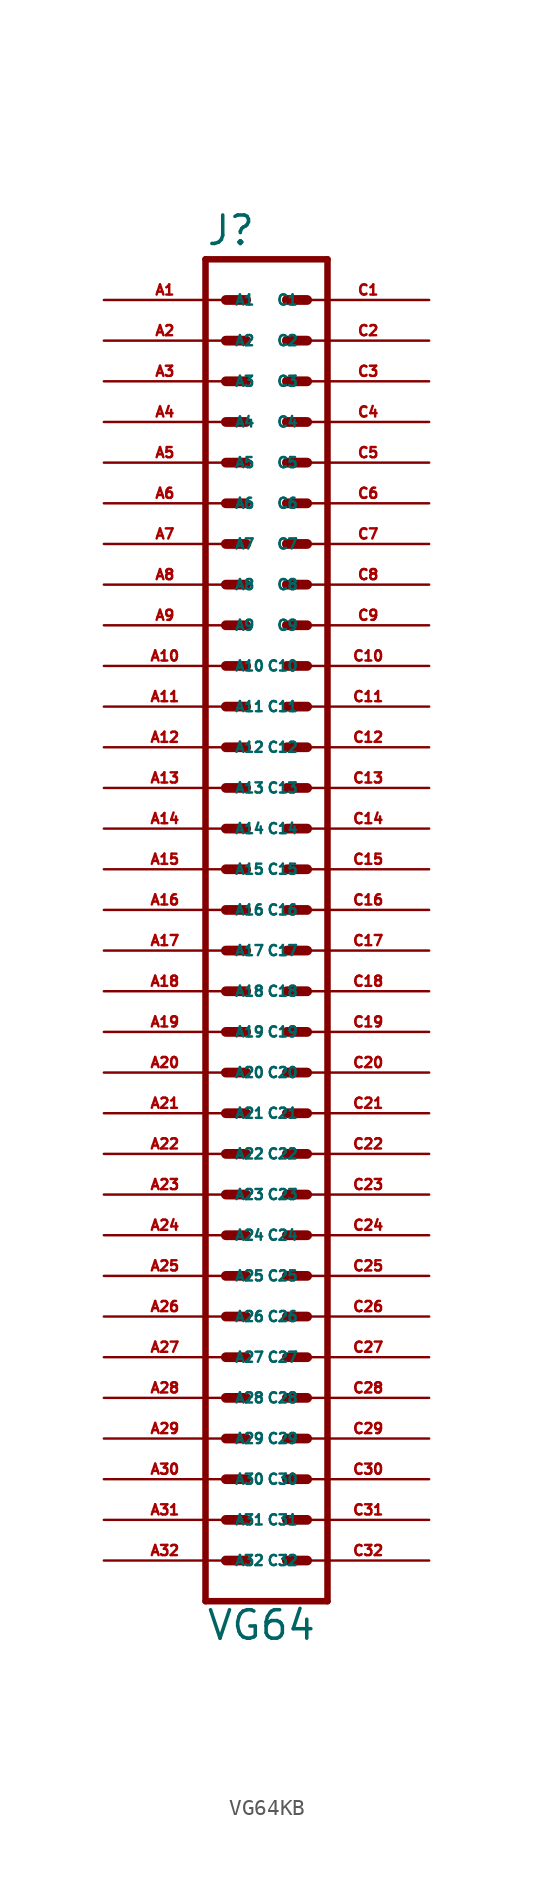
<source format=kicad_sym>
(kicad_symbol_lib
  (version 20220914)
  (generator Eagle2Kicad)
  (symbol "VG64KB"
    (property "Reference" "J"
      (at -3.81 41.402 0)
      (effects (font (size 1.778 1.778) (thickness 0.22)) (justify left bottom)))
    (property "Value" "VG64"
      (at -3.81 -45.72 0)
      (effects (font (size 1.778 1.778) (thickness 0.22)) (justify left bottom)))
    (polyline
      (pts (xy 3.81 -43.18) (xy -3.81 -43.18))
      (stroke (width 0.406) (type default))
      (fill (type none)))
    (polyline
      (pts (xy -3.81 40.64) (xy -3.81 -43.18))
      (stroke (width 0.406) (type default))
      (fill (type none)))
    (polyline
      (pts (xy -3.81 40.64) (xy 3.81 40.64))
      (stroke (width 0.406) (type default))
      (fill (type none)))
    (polyline
      (pts (xy 3.81 -43.18) (xy 3.81 40.64))
      (stroke (width 0.406) (type default))
      (fill (type none)))
    (polyline
      (pts (xy 1.27 -40.64) (xy 2.54 -40.64))
      (stroke (width 0.61) (type default))
      (fill (type none)))
    (polyline
      (pts (xy 1.27 -38.1) (xy 2.54 -38.1))
      (stroke (width 0.61) (type default))
      (fill (type none)))
    (polyline
      (pts (xy 1.27 -35.56) (xy 2.54 -35.56))
      (stroke (width 0.61) (type default))
      (fill (type none)))
    (polyline
      (pts (xy 1.27 -33.02) (xy 2.54 -33.02))
      (stroke (width 0.61) (type default))
      (fill (type none)))
    (polyline
      (pts (xy 1.27 -30.48) (xy 2.54 -30.48))
      (stroke (width 0.61) (type default))
      (fill (type none)))
    (polyline
      (pts (xy 1.27 -27.94) (xy 2.54 -27.94))
      (stroke (width 0.61) (type default))
      (fill (type none)))
    (polyline
      (pts (xy 1.27 -25.4) (xy 2.54 -25.4))
      (stroke (width 0.61) (type default))
      (fill (type none)))
    (polyline
      (pts (xy 1.27 -22.86) (xy 2.54 -22.86))
      (stroke (width 0.61) (type default))
      (fill (type none)))
    (polyline
      (pts (xy 1.27 -20.32) (xy 2.54 -20.32))
      (stroke (width 0.61) (type default))
      (fill (type none)))
    (polyline
      (pts (xy 1.27 -17.78) (xy 2.54 -17.78))
      (stroke (width 0.61) (type default))
      (fill (type none)))
    (polyline
      (pts (xy 1.27 -15.24) (xy 2.54 -15.24))
      (stroke (width 0.61) (type default))
      (fill (type none)))
    (polyline
      (pts (xy 1.27 -12.7) (xy 2.54 -12.7))
      (stroke (width 0.61) (type default))
      (fill (type none)))
    (polyline
      (pts (xy 1.27 -10.16) (xy 2.54 -10.16))
      (stroke (width 0.61) (type default))
      (fill (type none)))
    (polyline
      (pts (xy 1.27 -7.62) (xy 2.54 -7.62))
      (stroke (width 0.61) (type default))
      (fill (type none)))
    (polyline
      (pts (xy 1.27 -5.08) (xy 2.54 -5.08))
      (stroke (width 0.61) (type default))
      (fill (type none)))
    (polyline
      (pts (xy 1.27 -2.54) (xy 2.54 -2.54))
      (stroke (width 0.61) (type default))
      (fill (type none)))
    (polyline
      (pts (xy 1.27 0) (xy 2.54 0))
      (stroke (width 0.61) (type default))
      (fill (type none)))
    (polyline
      (pts (xy 1.27 2.54) (xy 2.54 2.54))
      (stroke (width 0.61) (type default))
      (fill (type none)))
    (polyline
      (pts (xy 1.27 5.08) (xy 2.54 5.08))
      (stroke (width 0.61) (type default))
      (fill (type none)))
    (polyline
      (pts (xy 1.27 7.62) (xy 2.54 7.62))
      (stroke (width 0.61) (type default))
      (fill (type none)))
    (polyline
      (pts (xy 1.27 10.16) (xy 2.54 10.16))
      (stroke (width 0.61) (type default))
      (fill (type none)))
    (polyline
      (pts (xy 1.27 12.7) (xy 2.54 12.7))
      (stroke (width 0.61) (type default))
      (fill (type none)))
    (polyline
      (pts (xy 1.27 15.24) (xy 2.54 15.24))
      (stroke (width 0.61) (type default))
      (fill (type none)))
    (polyline
      (pts (xy 1.27 17.78) (xy 2.54 17.78))
      (stroke (width 0.61) (type default))
      (fill (type none)))
    (polyline
      (pts (xy 1.27 20.32) (xy 2.54 20.32))
      (stroke (width 0.61) (type default))
      (fill (type none)))
    (polyline
      (pts (xy 1.27 22.86) (xy 2.54 22.86))
      (stroke (width 0.61) (type default))
      (fill (type none)))
    (polyline
      (pts (xy 1.27 25.4) (xy 2.54 25.4))
      (stroke (width 0.61) (type default))
      (fill (type none)))
    (polyline
      (pts (xy 1.27 27.94) (xy 2.54 27.94))
      (stroke (width 0.61) (type default))
      (fill (type none)))
    (polyline
      (pts (xy 1.27 30.48) (xy 2.54 30.48))
      (stroke (width 0.61) (type default))
      (fill (type none)))
    (polyline
      (pts (xy 1.27 33.02) (xy 2.54 33.02))
      (stroke (width 0.61) (type default))
      (fill (type none)))
    (polyline
      (pts (xy 1.27 35.56) (xy 2.54 35.56))
      (stroke (width 0.61) (type default))
      (fill (type none)))
    (polyline
      (pts (xy 1.27 38.1) (xy 2.54 38.1))
      (stroke (width 0.61) (type default))
      (fill (type none)))
    (polyline
      (pts (xy -2.54 -40.64) (xy -1.27 -40.64))
      (stroke (width 0.61) (type default))
      (fill (type none)))
    (polyline
      (pts (xy -2.54 -38.1) (xy -1.27 -38.1))
      (stroke (width 0.61) (type default))
      (fill (type none)))
    (polyline
      (pts (xy -2.54 -35.56) (xy -1.27 -35.56))
      (stroke (width 0.61) (type default))
      (fill (type none)))
    (polyline
      (pts (xy -2.54 -33.02) (xy -1.27 -33.02))
      (stroke (width 0.61) (type default))
      (fill (type none)))
    (polyline
      (pts (xy -2.54 -30.48) (xy -1.27 -30.48))
      (stroke (width 0.61) (type default))
      (fill (type none)))
    (polyline
      (pts (xy -2.54 -27.94) (xy -1.27 -27.94))
      (stroke (width 0.61) (type default))
      (fill (type none)))
    (polyline
      (pts (xy -2.54 -25.4) (xy -1.27 -25.4))
      (stroke (width 0.61) (type default))
      (fill (type none)))
    (polyline
      (pts (xy -2.54 -22.86) (xy -1.27 -22.86))
      (stroke (width 0.61) (type default))
      (fill (type none)))
    (polyline
      (pts (xy -2.54 -20.32) (xy -1.27 -20.32))
      (stroke (width 0.61) (type default))
      (fill (type none)))
    (polyline
      (pts (xy -2.54 -17.78) (xy -1.27 -17.78))
      (stroke (width 0.61) (type default))
      (fill (type none)))
    (polyline
      (pts (xy -2.54 -15.24) (xy -1.27 -15.24))
      (stroke (width 0.61) (type default))
      (fill (type none)))
    (polyline
      (pts (xy -2.54 -12.7) (xy -1.27 -12.7))
      (stroke (width 0.61) (type default))
      (fill (type none)))
    (polyline
      (pts (xy -2.54 -10.16) (xy -1.27 -10.16))
      (stroke (width 0.61) (type default))
      (fill (type none)))
    (polyline
      (pts (xy -2.54 -7.62) (xy -1.27 -7.62))
      (stroke (width 0.61) (type default))
      (fill (type none)))
    (polyline
      (pts (xy -2.54 -5.08) (xy -1.27 -5.08))
      (stroke (width 0.61) (type default))
      (fill (type none)))
    (polyline
      (pts (xy -2.54 -2.54) (xy -1.27 -2.54))
      (stroke (width 0.61) (type default))
      (fill (type none)))
    (polyline
      (pts (xy -2.54 0) (xy -1.27 0))
      (stroke (width 0.61) (type default))
      (fill (type none)))
    (polyline
      (pts (xy -2.54 2.54) (xy -1.27 2.54))
      (stroke (width 0.61) (type default))
      (fill (type none)))
    (polyline
      (pts (xy -2.54 5.08) (xy -1.27 5.08))
      (stroke (width 0.61) (type default))
      (fill (type none)))
    (polyline
      (pts (xy -2.54 7.62) (xy -1.27 7.62))
      (stroke (width 0.61) (type default))
      (fill (type none)))
    (polyline
      (pts (xy -2.54 10.16) (xy -1.27 10.16))
      (stroke (width 0.61) (type default))
      (fill (type none)))
    (polyline
      (pts (xy -2.54 12.7) (xy -1.27 12.7))
      (stroke (width 0.61) (type default))
      (fill (type none)))
    (polyline
      (pts (xy -2.54 15.24) (xy -1.27 15.24))
      (stroke (width 0.61) (type default))
      (fill (type none)))
    (polyline
      (pts (xy -2.54 17.78) (xy -1.27 17.78))
      (stroke (width 0.61) (type default))
      (fill (type none)))
    (polyline
      (pts (xy -2.54 20.32) (xy -1.27 20.32))
      (stroke (width 0.61) (type default))
      (fill (type none)))
    (polyline
      (pts (xy -2.54 22.86) (xy -1.27 22.86))
      (stroke (width 0.61) (type default))
      (fill (type none)))
    (polyline
      (pts (xy -2.54 25.4) (xy -1.27 25.4))
      (stroke (width 0.61) (type default))
      (fill (type none)))
    (polyline
      (pts (xy -2.54 27.94) (xy -1.27 27.94))
      (stroke (width 0.61) (type default))
      (fill (type none)))
    (polyline
      (pts (xy -2.54 30.48) (xy -1.27 30.48))
      (stroke (width 0.61) (type default))
      (fill (type none)))
    (polyline
      (pts (xy -2.54 33.02) (xy -1.27 33.02))
      (stroke (width 0.61) (type default))
      (fill (type none)))
    (polyline
      (pts (xy -2.54 35.56) (xy -1.27 35.56))
      (stroke (width 0.61) (type default))
      (fill (type none)))
    (polyline
      (pts (xy -2.54 38.1) (xy -1.27 38.1))
      (stroke (width 0.61) (type default))
      (fill (type none)))
    (pin passive line
      (at 10.16 38.1 180)
      (length 7.62)
      (name "C1" (effects (font (size 0.635 0.635) (thickness 0.08)) (justify left bottom)))
      (number "C1" (effects (font (size 0.635 0.635) (thickness 0.08)) (justify left bottom))))
    (pin passive line
      (at 10.16 35.56 180)
      (length 7.62)
      (name "C2" (effects (font (size 0.635 0.635) (thickness 0.08)) (justify left bottom)))
      (number "C2" (effects (font (size 0.635 0.635) (thickness 0.08)) (justify left bottom))))
    (pin passive line
      (at 10.16 33.02 180)
      (length 7.62)
      (name "C3" (effects (font (size 0.635 0.635) (thickness 0.08)) (justify left bottom)))
      (number "C3" (effects (font (size 0.635 0.635) (thickness 0.08)) (justify left bottom))))
    (pin passive line
      (at 10.16 30.48 180)
      (length 7.62)
      (name "C4" (effects (font (size 0.635 0.635) (thickness 0.08)) (justify left bottom)))
      (number "C4" (effects (font (size 0.635 0.635) (thickness 0.08)) (justify left bottom))))
    (pin passive line
      (at 10.16 27.94 180)
      (length 7.62)
      (name "C5" (effects (font (size 0.635 0.635) (thickness 0.08)) (justify left bottom)))
      (number "C5" (effects (font (size 0.635 0.635) (thickness 0.08)) (justify left bottom))))
    (pin passive line
      (at 10.16 25.4 180)
      (length 7.62)
      (name "C6" (effects (font (size 0.635 0.635) (thickness 0.08)) (justify left bottom)))
      (number "C6" (effects (font (size 0.635 0.635) (thickness 0.08)) (justify left bottom))))
    (pin passive line
      (at 10.16 22.86 180)
      (length 7.62)
      (name "C7" (effects (font (size 0.635 0.635) (thickness 0.08)) (justify left bottom)))
      (number "C7" (effects (font (size 0.635 0.635) (thickness 0.08)) (justify left bottom))))
    (pin passive line
      (at 10.16 20.32 180)
      (length 7.62)
      (name "C8" (effects (font (size 0.635 0.635) (thickness 0.08)) (justify left bottom)))
      (number "C8" (effects (font (size 0.635 0.635) (thickness 0.08)) (justify left bottom))))
    (pin passive line
      (at 10.16 17.78 180)
      (length 7.62)
      (name "C9" (effects (font (size 0.635 0.635) (thickness 0.08)) (justify left bottom)))
      (number "C9" (effects (font (size 0.635 0.635) (thickness 0.08)) (justify left bottom))))
    (pin passive line
      (at 10.16 15.24 180)
      (length 7.62)
      (name "C10" (effects (font (size 0.635 0.635) (thickness 0.08)) (justify left bottom)))
      (number "C10" (effects (font (size 0.635 0.635) (thickness 0.08)) (justify left bottom))))
    (pin passive line
      (at 10.16 12.7 180)
      (length 7.62)
      (name "C11" (effects (font (size 0.635 0.635) (thickness 0.08)) (justify left bottom)))
      (number "C11" (effects (font (size 0.635 0.635) (thickness 0.08)) (justify left bottom))))
    (pin passive line
      (at 10.16 10.16 180)
      (length 7.62)
      (name "C12" (effects (font (size 0.635 0.635) (thickness 0.08)) (justify left bottom)))
      (number "C12" (effects (font (size 0.635 0.635) (thickness 0.08)) (justify left bottom))))
    (pin passive line
      (at 10.16 7.62 180)
      (length 7.62)
      (name "C13" (effects (font (size 0.635 0.635) (thickness 0.08)) (justify left bottom)))
      (number "C13" (effects (font (size 0.635 0.635) (thickness 0.08)) (justify left bottom))))
    (pin passive line
      (at 10.16 5.08 180)
      (length 7.62)
      (name "C14" (effects (font (size 0.635 0.635) (thickness 0.08)) (justify left bottom)))
      (number "C14" (effects (font (size 0.635 0.635) (thickness 0.08)) (justify left bottom))))
    (pin passive line
      (at 10.16 2.54 180)
      (length 7.62)
      (name "C15" (effects (font (size 0.635 0.635) (thickness 0.08)) (justify left bottom)))
      (number "C15" (effects (font (size 0.635 0.635) (thickness 0.08)) (justify left bottom))))
    (pin passive line
      (at 10.16 0 180)
      (length 7.62)
      (name "C16" (effects (font (size 0.635 0.635) (thickness 0.08)) (justify left bottom)))
      (number "C16" (effects (font (size 0.635 0.635) (thickness 0.08)) (justify left bottom))))
    (pin passive line
      (at 10.16 -2.54 180)
      (length 7.62)
      (name "C17" (effects (font (size 0.635 0.635) (thickness 0.08)) (justify left bottom)))
      (number "C17" (effects (font (size 0.635 0.635) (thickness 0.08)) (justify left bottom))))
    (pin passive line
      (at 10.16 -5.08 180)
      (length 7.62)
      (name "C18" (effects (font (size 0.635 0.635) (thickness 0.08)) (justify left bottom)))
      (number "C18" (effects (font (size 0.635 0.635) (thickness 0.08)) (justify left bottom))))
    (pin passive line
      (at 10.16 -7.62 180)
      (length 7.62)
      (name "C19" (effects (font (size 0.635 0.635) (thickness 0.08)) (justify left bottom)))
      (number "C19" (effects (font (size 0.635 0.635) (thickness 0.08)) (justify left bottom))))
    (pin passive line
      (at 10.16 -10.16 180)
      (length 7.62)
      (name "C20" (effects (font (size 0.635 0.635) (thickness 0.08)) (justify left bottom)))
      (number "C20" (effects (font (size 0.635 0.635) (thickness 0.08)) (justify left bottom))))
    (pin passive line
      (at 10.16 -12.7 180)
      (length 7.62)
      (name "C21" (effects (font (size 0.635 0.635) (thickness 0.08)) (justify left bottom)))
      (number "C21" (effects (font (size 0.635 0.635) (thickness 0.08)) (justify left bottom))))
    (pin passive line
      (at 10.16 -15.24 180)
      (length 7.62)
      (name "C22" (effects (font (size 0.635 0.635) (thickness 0.08)) (justify left bottom)))
      (number "C22" (effects (font (size 0.635 0.635) (thickness 0.08)) (justify left bottom))))
    (pin passive line
      (at 10.16 -17.78 180)
      (length 7.62)
      (name "C23" (effects (font (size 0.635 0.635) (thickness 0.08)) (justify left bottom)))
      (number "C23" (effects (font (size 0.635 0.635) (thickness 0.08)) (justify left bottom))))
    (pin passive line
      (at 10.16 -20.32 180)
      (length 7.62)
      (name "C24" (effects (font (size 0.635 0.635) (thickness 0.08)) (justify left bottom)))
      (number "C24" (effects (font (size 0.635 0.635) (thickness 0.08)) (justify left bottom))))
    (pin passive line
      (at 10.16 -22.86 180)
      (length 7.62)
      (name "C25" (effects (font (size 0.635 0.635) (thickness 0.08)) (justify left bottom)))
      (number "C25" (effects (font (size 0.635 0.635) (thickness 0.08)) (justify left bottom))))
    (pin passive line
      (at 10.16 -25.4 180)
      (length 7.62)
      (name "C26" (effects (font (size 0.635 0.635) (thickness 0.08)) (justify left bottom)))
      (number "C26" (effects (font (size 0.635 0.635) (thickness 0.08)) (justify left bottom))))
    (pin passive line
      (at 10.16 -27.94 180)
      (length 7.62)
      (name "C27" (effects (font (size 0.635 0.635) (thickness 0.08)) (justify left bottom)))
      (number "C27" (effects (font (size 0.635 0.635) (thickness 0.08)) (justify left bottom))))
    (pin passive line
      (at 10.16 -30.48 180)
      (length 7.62)
      (name "C28" (effects (font (size 0.635 0.635) (thickness 0.08)) (justify left bottom)))
      (number "C28" (effects (font (size 0.635 0.635) (thickness 0.08)) (justify left bottom))))
    (pin passive line
      (at 10.16 -33.02 180)
      (length 7.62)
      (name "C29" (effects (font (size 0.635 0.635) (thickness 0.08)) (justify left bottom)))
      (number "C29" (effects (font (size 0.635 0.635) (thickness 0.08)) (justify left bottom))))
    (pin passive line
      (at 10.16 -35.56 180)
      (length 7.62)
      (name "C30" (effects (font (size 0.635 0.635) (thickness 0.08)) (justify left bottom)))
      (number "C30" (effects (font (size 0.635 0.635) (thickness 0.08)) (justify left bottom))))
    (pin passive line
      (at 10.16 -38.1 180)
      (length 7.62)
      (name "C31" (effects (font (size 0.635 0.635) (thickness 0.08)) (justify left bottom)))
      (number "C31" (effects (font (size 0.635 0.635) (thickness 0.08)) (justify left bottom))))
    (pin passive line
      (at 10.16 -40.64 180)
      (length 7.62)
      (name "C32" (effects (font (size 0.635 0.635) (thickness 0.08)) (justify left bottom)))
      (number "C32" (effects (font (size 0.635 0.635) (thickness 0.08)) (justify left bottom))))
    (pin passive line
      (at -10.16 38.1 0)
      (length 7.62)
      (name "A1" (effects (font (size 0.635 0.635) (thickness 0.08)) (justify left bottom)))
      (number "A1" (effects (font (size 0.635 0.635) (thickness 0.08)) (justify left bottom))))
    (pin passive line
      (at -10.16 35.56 0)
      (length 7.62)
      (name "A2" (effects (font (size 0.635 0.635) (thickness 0.08)) (justify left bottom)))
      (number "A2" (effects (font (size 0.635 0.635) (thickness 0.08)) (justify left bottom))))
    (pin passive line
      (at -10.16 33.02 0)
      (length 7.62)
      (name "A3" (effects (font (size 0.635 0.635) (thickness 0.08)) (justify left bottom)))
      (number "A3" (effects (font (size 0.635 0.635) (thickness 0.08)) (justify left bottom))))
    (pin passive line
      (at -10.16 30.48 0)
      (length 7.62)
      (name "A4" (effects (font (size 0.635 0.635) (thickness 0.08)) (justify left bottom)))
      (number "A4" (effects (font (size 0.635 0.635) (thickness 0.08)) (justify left bottom))))
    (pin passive line
      (at -10.16 27.94 0)
      (length 7.62)
      (name "A5" (effects (font (size 0.635 0.635) (thickness 0.08)) (justify left bottom)))
      (number "A5" (effects (font (size 0.635 0.635) (thickness 0.08)) (justify left bottom))))
    (pin passive line
      (at -10.16 25.4 0)
      (length 7.62)
      (name "A6" (effects (font (size 0.635 0.635) (thickness 0.08)) (justify left bottom)))
      (number "A6" (effects (font (size 0.635 0.635) (thickness 0.08)) (justify left bottom))))
    (pin passive line
      (at -10.16 22.86 0)
      (length 7.62)
      (name "A7" (effects (font (size 0.635 0.635) (thickness 0.08)) (justify left bottom)))
      (number "A7" (effects (font (size 0.635 0.635) (thickness 0.08)) (justify left bottom))))
    (pin passive line
      (at -10.16 20.32 0)
      (length 7.62)
      (name "A8" (effects (font (size 0.635 0.635) (thickness 0.08)) (justify left bottom)))
      (number "A8" (effects (font (size 0.635 0.635) (thickness 0.08)) (justify left bottom))))
    (pin passive line
      (at -10.16 17.78 0)
      (length 7.62)
      (name "A9" (effects (font (size 0.635 0.635) (thickness 0.08)) (justify left bottom)))
      (number "A9" (effects (font (size 0.635 0.635) (thickness 0.08)) (justify left bottom))))
    (pin passive line
      (at -10.16 15.24 0)
      (length 7.62)
      (name "A10" (effects (font (size 0.635 0.635) (thickness 0.08)) (justify left bottom)))
      (number "A10" (effects (font (size 0.635 0.635) (thickness 0.08)) (justify left bottom))))
    (pin passive line
      (at -10.16 12.7 0)
      (length 7.62)
      (name "A11" (effects (font (size 0.635 0.635) (thickness 0.08)) (justify left bottom)))
      (number "A11" (effects (font (size 0.635 0.635) (thickness 0.08)) (justify left bottom))))
    (pin passive line
      (at -10.16 10.16 0)
      (length 7.62)
      (name "A12" (effects (font (size 0.635 0.635) (thickness 0.08)) (justify left bottom)))
      (number "A12" (effects (font (size 0.635 0.635) (thickness 0.08)) (justify left bottom))))
    (pin passive line
      (at -10.16 7.62 0)
      (length 7.62)
      (name "A13" (effects (font (size 0.635 0.635) (thickness 0.08)) (justify left bottom)))
      (number "A13" (effects (font (size 0.635 0.635) (thickness 0.08)) (justify left bottom))))
    (pin passive line
      (at -10.16 5.08 0)
      (length 7.62)
      (name "A14" (effects (font (size 0.635 0.635) (thickness 0.08)) (justify left bottom)))
      (number "A14" (effects (font (size 0.635 0.635) (thickness 0.08)) (justify left bottom))))
    (pin passive line
      (at -10.16 2.54 0)
      (length 7.62)
      (name "A15" (effects (font (size 0.635 0.635) (thickness 0.08)) (justify left bottom)))
      (number "A15" (effects (font (size 0.635 0.635) (thickness 0.08)) (justify left bottom))))
    (pin passive line
      (at -10.16 0 0)
      (length 7.62)
      (name "A16" (effects (font (size 0.635 0.635) (thickness 0.08)) (justify left bottom)))
      (number "A16" (effects (font (size 0.635 0.635) (thickness 0.08)) (justify left bottom))))
    (pin passive line
      (at -10.16 -2.54 0)
      (length 7.62)
      (name "A17" (effects (font (size 0.635 0.635) (thickness 0.08)) (justify left bottom)))
      (number "A17" (effects (font (size 0.635 0.635) (thickness 0.08)) (justify left bottom))))
    (pin passive line
      (at -10.16 -5.08 0)
      (length 7.62)
      (name "A18" (effects (font (size 0.635 0.635) (thickness 0.08)) (justify left bottom)))
      (number "A18" (effects (font (size 0.635 0.635) (thickness 0.08)) (justify left bottom))))
    (pin passive line
      (at -10.16 -7.62 0)
      (length 7.62)
      (name "A19" (effects (font (size 0.635 0.635) (thickness 0.08)) (justify left bottom)))
      (number "A19" (effects (font (size 0.635 0.635) (thickness 0.08)) (justify left bottom))))
    (pin passive line
      (at -10.16 -10.16 0)
      (length 7.62)
      (name "A20" (effects (font (size 0.635 0.635) (thickness 0.08)) (justify left bottom)))
      (number "A20" (effects (font (size 0.635 0.635) (thickness 0.08)) (justify left bottom))))
    (pin passive line
      (at -10.16 -12.7 0)
      (length 7.62)
      (name "A21" (effects (font (size 0.635 0.635) (thickness 0.08)) (justify left bottom)))
      (number "A21" (effects (font (size 0.635 0.635) (thickness 0.08)) (justify left bottom))))
    (pin passive line
      (at -10.16 -15.24 0)
      (length 7.62)
      (name "A22" (effects (font (size 0.635 0.635) (thickness 0.08)) (justify left bottom)))
      (number "A22" (effects (font (size 0.635 0.635) (thickness 0.08)) (justify left bottom))))
    (pin passive line
      (at -10.16 -17.78 0)
      (length 7.62)
      (name "A23" (effects (font (size 0.635 0.635) (thickness 0.08)) (justify left bottom)))
      (number "A23" (effects (font (size 0.635 0.635) (thickness 0.08)) (justify left bottom))))
    (pin passive line
      (at -10.16 -20.32 0)
      (length 7.62)
      (name "A24" (effects (font (size 0.635 0.635) (thickness 0.08)) (justify left bottom)))
      (number "A24" (effects (font (size 0.635 0.635) (thickness 0.08)) (justify left bottom))))
    (pin passive line
      (at -10.16 -22.86 0)
      (length 7.62)
      (name "A25" (effects (font (size 0.635 0.635) (thickness 0.08)) (justify left bottom)))
      (number "A25" (effects (font (size 0.635 0.635) (thickness 0.08)) (justify left bottom))))
    (pin passive line
      (at -10.16 -25.4 0)
      (length 7.62)
      (name "A26" (effects (font (size 0.635 0.635) (thickness 0.08)) (justify left bottom)))
      (number "A26" (effects (font (size 0.635 0.635) (thickness 0.08)) (justify left bottom))))
    (pin passive line
      (at -10.16 -27.94 0)
      (length 7.62)
      (name "A27" (effects (font (size 0.635 0.635) (thickness 0.08)) (justify left bottom)))
      (number "A27" (effects (font (size 0.635 0.635) (thickness 0.08)) (justify left bottom))))
    (pin passive line
      (at -10.16 -30.48 0)
      (length 7.62)
      (name "A28" (effects (font (size 0.635 0.635) (thickness 0.08)) (justify left bottom)))
      (number "A28" (effects (font (size 0.635 0.635) (thickness 0.08)) (justify left bottom))))
    (pin passive line
      (at -10.16 -33.02 0)
      (length 7.62)
      (name "A29" (effects (font (size 0.635 0.635) (thickness 0.08)) (justify left bottom)))
      (number "A29" (effects (font (size 0.635 0.635) (thickness 0.08)) (justify left bottom))))
    (pin passive line
      (at -10.16 -35.56 0)
      (length 7.62)
      (name "A30" (effects (font (size 0.635 0.635) (thickness 0.08)) (justify left bottom)))
      (number "A30" (effects (font (size 0.635 0.635) (thickness 0.08)) (justify left bottom))))
    (pin passive line
      (at -10.16 -38.1 0)
      (length 7.62)
      (name "A31" (effects (font (size 0.635 0.635) (thickness 0.08)) (justify left bottom)))
      (number "A31" (effects (font (size 0.635 0.635) (thickness 0.08)) (justify left bottom))))
    (pin passive line
      (at -10.16 -40.64 0)
      (length 7.62)
      (name "A32" (effects (font (size 0.635 0.635) (thickness 0.08)) (justify left bottom)))
      (number "A32" (effects (font (size 0.635 0.635) (thickness 0.08)) (justify left bottom))))))
</source>
